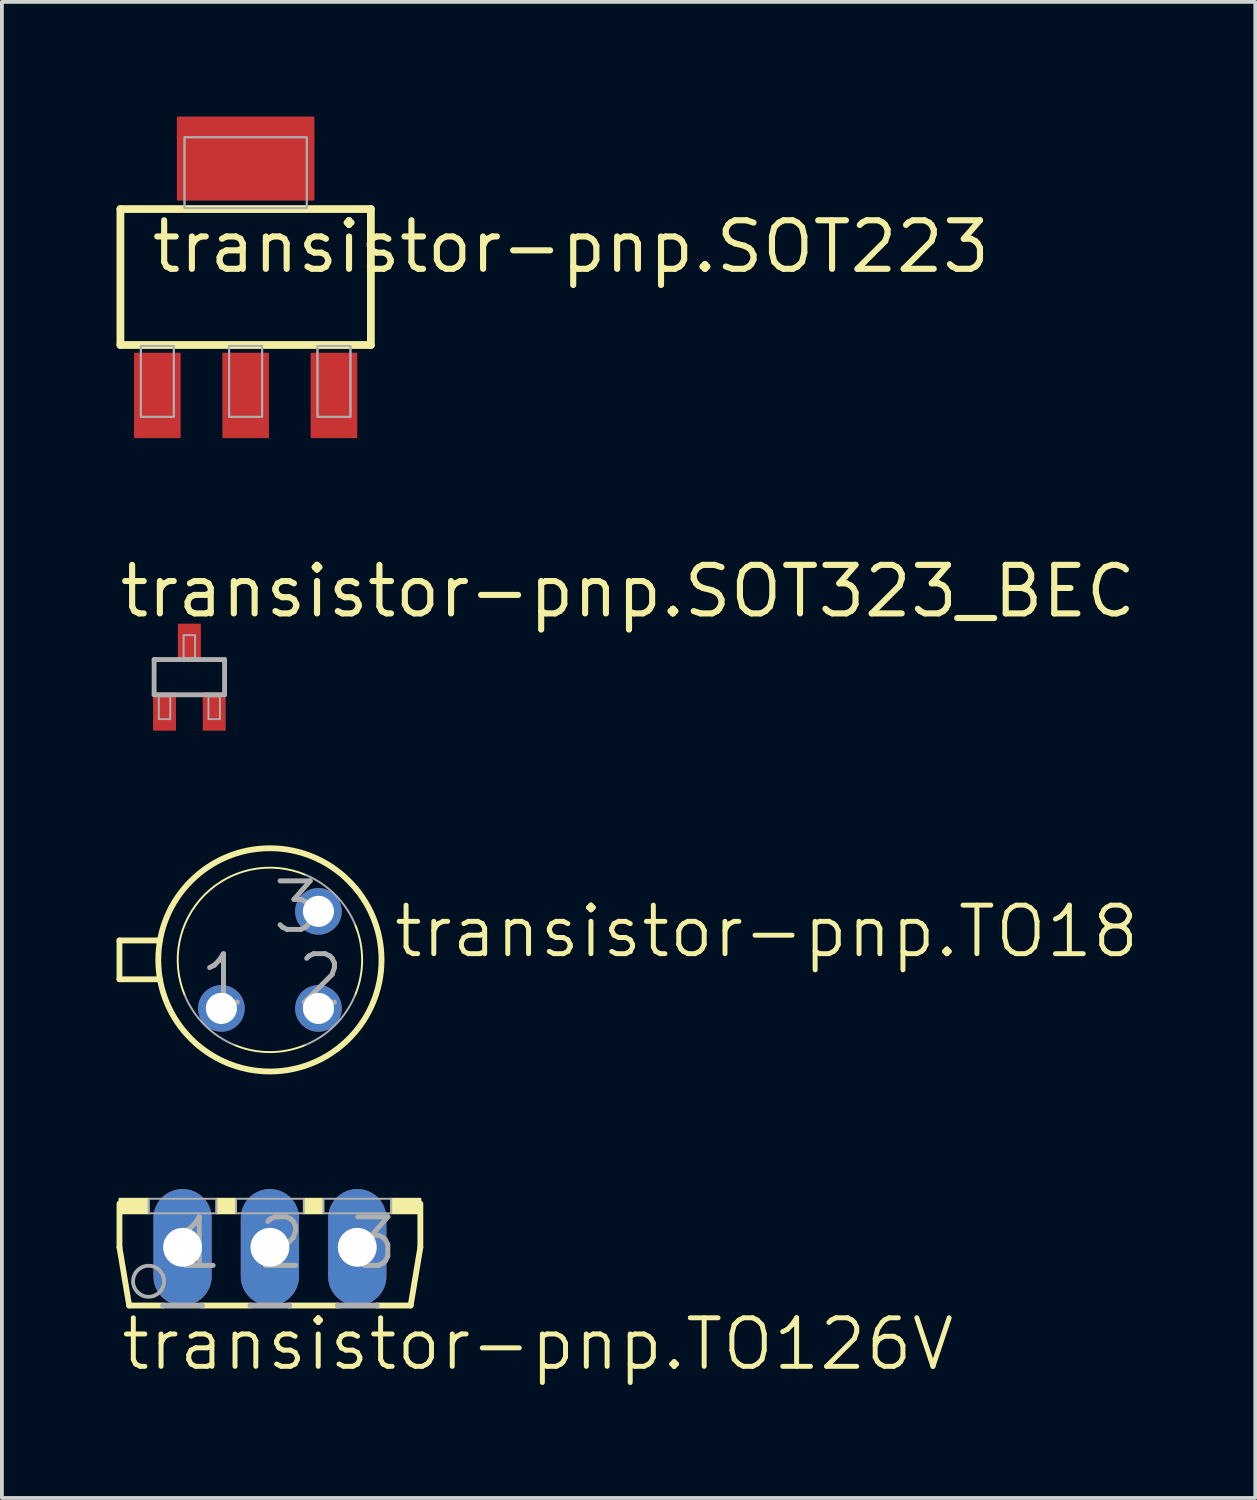
<source format=kicad_pcb>
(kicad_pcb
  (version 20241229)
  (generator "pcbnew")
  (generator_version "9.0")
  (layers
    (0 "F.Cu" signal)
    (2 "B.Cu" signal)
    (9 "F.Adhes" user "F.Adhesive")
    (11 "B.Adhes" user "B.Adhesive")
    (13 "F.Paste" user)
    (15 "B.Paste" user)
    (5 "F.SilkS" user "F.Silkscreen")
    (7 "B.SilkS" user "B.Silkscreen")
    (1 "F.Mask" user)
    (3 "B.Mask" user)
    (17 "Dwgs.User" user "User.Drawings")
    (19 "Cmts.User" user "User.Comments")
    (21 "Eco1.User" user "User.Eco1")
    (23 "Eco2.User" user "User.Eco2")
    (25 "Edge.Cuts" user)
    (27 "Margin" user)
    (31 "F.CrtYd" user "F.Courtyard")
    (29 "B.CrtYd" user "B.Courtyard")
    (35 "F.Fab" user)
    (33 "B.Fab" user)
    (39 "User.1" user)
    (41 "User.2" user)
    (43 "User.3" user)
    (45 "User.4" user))
  (footprint "transistor-pnp.SOT323_BEC"
    (layer "F.Cu")
    (at 1.905 14.67)
    (property "Reference" "transistor-pnp.SOT323_BEC" (at -1.905 -1.505 0) (layer "F.SilkS") (effects (font (size 1.27 1.27) (thickness 0.16)) (justify left bottom)))
    (attr smd)
    (fp_line (start -0.922 -0.46) (end 0.922 -0.46) (stroke (width 0.127) (type default)) (layer "F.Fab"))
    (fp_line (start -0.922 0.46) (end -0.922 -0.46) (stroke (width 0.127) (type default)) (layer "F.Fab"))
    (fp_line (start 0.922 -0.46) (end 0.922 0.46) (stroke (width 0.127) (type default)) (layer "F.Fab"))
    (fp_line (start 0.922 0.46) (end -0.922 0.46) (stroke (width 0.127) (type default)) (layer "F.Fab"))
    (fp_rect (start -0.8 1.1) (end -0.5 0.5) (stroke (width 0.05) (type default)) (fill no) (layer "F.Fab"))
    (fp_rect (start -0.15 -0.5) (end 0.15 -1.1) (stroke (width 0.05) (type default)) (fill no) (layer "F.Fab"))
    (fp_rect (start 0.5 1.1) (end 0.8 0.5) (stroke (width 0.05) (type default)) (fill no) (layer "F.Fab"))
    (pad "1" smd roundrect (at -0.65 0.9) (size 0.6 1) (layers "F.Cu" "F.Mask" "F.Paste") (roundrect_rratio 0.01))
    (pad "2" smd roundrect (at 0.65 0.9) (size 0.6 1) (layers "F.Cu" "F.Mask" "F.Paste") (roundrect_rratio 0.01))
    (pad "3" smd roundrect (at 0 -0.9) (size 0.6 1) (layers "F.Cu" "F.Mask" "F.Paste") (roundrect_rratio 0.01)))
  (footprint "transistor-pnp.TO18"
    (layer "F.Cu")
    (at 4.013 22.068)
    (property "Reference" "transistor-pnp.TO18" (at 3.175 0 0) (layer "F.SilkS") (effects (font (size 1.27 1.27) (thickness 0.13)) (justify left bottom)))
    (attr through_hole)
    (fp_line (start -3.937 -0.508) (end -2.877 -0.508) (stroke (width 0.152) (type default)) (layer "F.SilkS"))
    (fp_line (start -3.937 0.508) (end -3.937 -0.508) (stroke (width 0.152) (type default)) (layer "F.SilkS"))
    (fp_line (start -3.937 0.508) (end -2.877 0.508) (stroke (width 0.152) (type default)) (layer "F.SilkS"))
    (fp_arc (start -2.227 0.9289) (mid -1.706187 -1.706287) (end 0.929 -2.2271) (stroke (width 0.0508) (type default)) (layer "F.SilkS"))
    (fp_arc (start 0.9289 2.227) (mid 0 2.412962) (end -0.9289 2.227) (stroke (width 0.0508) (type default)) (layer "F.SilkS"))
    (fp_arc (start 2.227 -0.9289) (mid 2.412962 0) (end 2.227 0.9289) (stroke (width 0.0508) (type default)) (layer "F.SilkS"))
    (fp_circle (center 0 0) (end 2.921 0) (stroke (width 0.152) (type default)) (fill no) (layer "F.SilkS"))
    (fp_arc (start -0.9289 2.227) (mid -1.706222 1.706222) (end -2.227 0.9289) (stroke (width 0.0508) (type default)) (layer "F.Fab"))
    (fp_arc (start 0.9289 -2.227) (mid 1.706222 -1.706222) (end 2.227 -0.9289) (stroke (width 0.0508) (type default)) (layer "F.Fab"))
    (fp_arc (start 2.227 0.9289) (mid 1.706222 1.706222) (end 0.9289 2.227) (stroke (width 0.0508) (type default)) (layer "F.Fab"))
    (fp_text user "2" (at 0.635 1.27 0) (layer "F.Fab") (effects (font (size 1.27 1.27) (thickness 0.13)) (justify left bottom)))
    (fp_text user "3" (at 0 -0.635 0) (layer "F.Fab") (effects (font (size 1.27 1.27) (thickness 0.13)) (justify left bottom)))
    (fp_text user "1" (at -1.905 1.27 0) (layer "F.Fab") (effects (font (size 1.27 1.27) (thickness 0.13)) (justify left bottom)))
    (pad "1" thru_hole circle (at -1.27 1.27) (size 1.219 1.219) (drill 0.813) (layers "*.Cu" "*.Mask"))
    (pad "2" thru_hole circle (at 1.27 1.27) (size 1.219 1.219) (drill 0.813) (layers "*.Cu" "*.Mask"))
    (pad "3" thru_hole circle (at 1.27 -1.27) (size 1.219 1.219) (drill 0.813) (layers "*.Cu" "*.Mask")))
  (footprint "transistor-pnp.TO126V"
    (layer "F.Cu")
    (at 4.013 28.319)
    (property "Reference" "transistor-pnp.TO126V" (at -3.962 4.547 0) (layer "F.SilkS") (effects (font (size 1.27 1.27) (thickness 0.13)) (justify left bottom)))
    (attr through_hole)
    (fp_line (start -3.937 0.127) (end -3.937 1.27) (stroke (width 0.152) (type default)) (layer "F.SilkS"))
    (fp_line (start -3.937 1.27) (end -3.683 2.794) (stroke (width 0.152) (type default)) (layer "F.SilkS"))
    (fp_line (start -3.683 2.794) (end -2.794 2.794) (stroke (width 0.152) (type default)) (layer "F.SilkS"))
    (fp_line (start -1.778 2.794) (end -0.508 2.794) (stroke (width 0.152) (type default)) (layer "F.SilkS"))
    (fp_line (start 0.508 2.794) (end 1.778 2.794) (stroke (width 0.152) (type default)) (layer "F.SilkS"))
    (fp_line (start 2.794 2.794) (end 3.683 2.794) (stroke (width 0.152) (type default)) (layer "F.SilkS"))
    (fp_line (start 3.683 2.794) (end 3.937 1.27) (stroke (width 0.152) (type default)) (layer "F.SilkS"))
    (fp_line (start 3.937 1.27) (end 3.937 0.127) (stroke (width 0.152) (type default)) (layer "F.SilkS"))
    (fp_rect (start -3.937 0.381) (end -3.175 0) (stroke (width 0.05) (type default)) (fill yes) (layer "F.SilkS"))
    (fp_rect (start -1.397 0.381) (end -0.889 0) (stroke (width 0.05) (type default)) (fill yes) (layer "F.SilkS"))
    (fp_rect (start 0.889 0.381) (end 1.397 0) (stroke (width 0.05) (type default)) (fill yes) (layer "F.SilkS"))
    (fp_rect (start 3.175 0.381) (end 3.937 0) (stroke (width 0.05) (type default)) (fill yes) (layer "F.SilkS"))
    (fp_line (start -2.794 2.794) (end -1.778 2.794) (stroke (width 0.152) (type default)) (layer "F.Fab"))
    (fp_line (start -0.508 2.794) (end 0.508 2.794) (stroke (width 0.152) (type default)) (layer "F.Fab"))
    (fp_line (start 1.778 2.794) (end 2.794 2.794) (stroke (width 0.152) (type default)) (layer "F.Fab"))
    (fp_rect (start -3.175 0.381) (end -1.397 0) (stroke (width 0.05) (type default)) (fill no) (layer "F.Fab"))
    (fp_rect (start -0.889 0.381) (end 0.889 0) (stroke (width 0.05) (type default)) (fill no) (layer "F.Fab"))
    (fp_rect (start 1.397 0.381) (end 3.175 0) (stroke (width 0.05) (type default)) (fill no) (layer "F.Fab"))
    (fp_circle (center -3.175 2.159) (end -2.769 2.159) (stroke (width 0.1) (type default)) (fill no) (layer "F.Fab"))
    (fp_text user "1" (at -2.54 1.905 0) (layer "F.Fab") (effects (font (size 1.27 1.27) (thickness 0.13)) (justify left bottom)))
    (fp_text user "3" (at 2.032 1.905 0) (layer "F.Fab") (effects (font (size 1.27 1.27) (thickness 0.13)) (justify left bottom)))
    (fp_text user "2" (at -0.381 1.905 0) (layer "F.Fab") (effects (font (size 1.27 1.27) (thickness 0.13)) (justify left bottom)))
    (pad "1" thru_hole oval (at -2.286 1.27 90) (size 3.048 1.524) (drill 1.016) (layers "*.Cu" "*.Mask"))
    (pad "2" thru_hole oval (at 0 1.27 90) (size 3.048 1.524) (drill 1.016) (layers "*.Cu" "*.Mask"))
    (pad "3" thru_hole oval (at 2.286 1.27 90) (size 3.048 1.524) (drill 1.016) (layers "*.Cu" "*.Mask")))
  (footprint "transistor-pnp.SOT223"
    (layer "F.Cu")
    (at 3.378 4.199)
    (property "Reference" "transistor-pnp.SOT223" (at -2.54 -0.051 0) (layer "F.SilkS") (effects (font (size 1.27 1.27) (thickness 0.16)) (justify left bottom)))
    (attr smd)
    (fp_line (start -3.277 -1.778) (end 3.277 -1.778) (stroke (width 0.203) (type default)) (layer "F.SilkS"))
    (fp_line (start -3.277 1.778) (end -3.277 -1.778) (stroke (width 0.203) (type default)) (layer "F.SilkS"))
    (fp_line (start 3.277 -1.778) (end 3.277 1.778) (stroke (width 0.203) (type default)) (layer "F.SilkS"))
    (fp_line (start 3.277 1.778) (end -3.277 1.778) (stroke (width 0.203) (type default)) (layer "F.SilkS"))
    (fp_rect (start -2.743 3.658) (end -1.88 1.803) (stroke (width 0.05) (type default)) (fill no) (layer "F.Fab"))
    (fp_rect (start -2.743 3.658) (end -1.88 1.803) (stroke (width 0.05) (type default)) (fill no) (layer "F.Fab"))
    (fp_rect (start -1.6 -1.803) (end 1.6 -3.658) (stroke (width 0.05) (type default)) (fill no) (layer "F.Fab"))
    (fp_rect (start -1.6 -1.803) (end 1.6 -3.658) (stroke (width 0.05) (type default)) (fill no) (layer "F.Fab"))
    (fp_rect (start -0.432 3.658) (end 0.432 1.803) (stroke (width 0.05) (type default)) (fill no) (layer "F.Fab"))
    (fp_rect (start -0.432 3.658) (end 0.432 1.803) (stroke (width 0.05) (type default)) (fill no) (layer "F.Fab"))
    (fp_rect (start 1.88 3.658) (end 2.743 1.803) (stroke (width 0.05) (type default)) (fill no) (layer "F.Fab"))
    (fp_rect (start 1.88 3.658) (end 2.743 1.803) (stroke (width 0.05) (type default)) (fill no) (layer "F.Fab"))
    (pad "1" smd roundrect (at -2.311 3.099) (size 1.219 2.235) (layers "F.Cu" "F.Mask" "F.Paste") (roundrect_rratio 0.01))
    (pad "2" smd roundrect (at 0 3.099) (size 1.219 2.235) (layers "F.Cu" "F.Mask" "F.Paste") (roundrect_rratio 0.01))
    (pad "3" smd roundrect (at 2.311 3.099) (size 1.219 2.235) (layers "F.Cu" "F.Mask" "F.Paste") (roundrect_rratio 0.01))
    (pad "4" smd roundrect (at 0 -3.099) (size 3.6 2.2) (layers "F.Cu" "F.Mask" "F.Paste") (roundrect_rratio 0.01)))
  (gr_rect
    (start -3 -3)
    (end 29.798 36.148)
    (stroke (width 0.1) (type default))
    (fill no)
    (layer "Edge.Cuts")))
</source>
